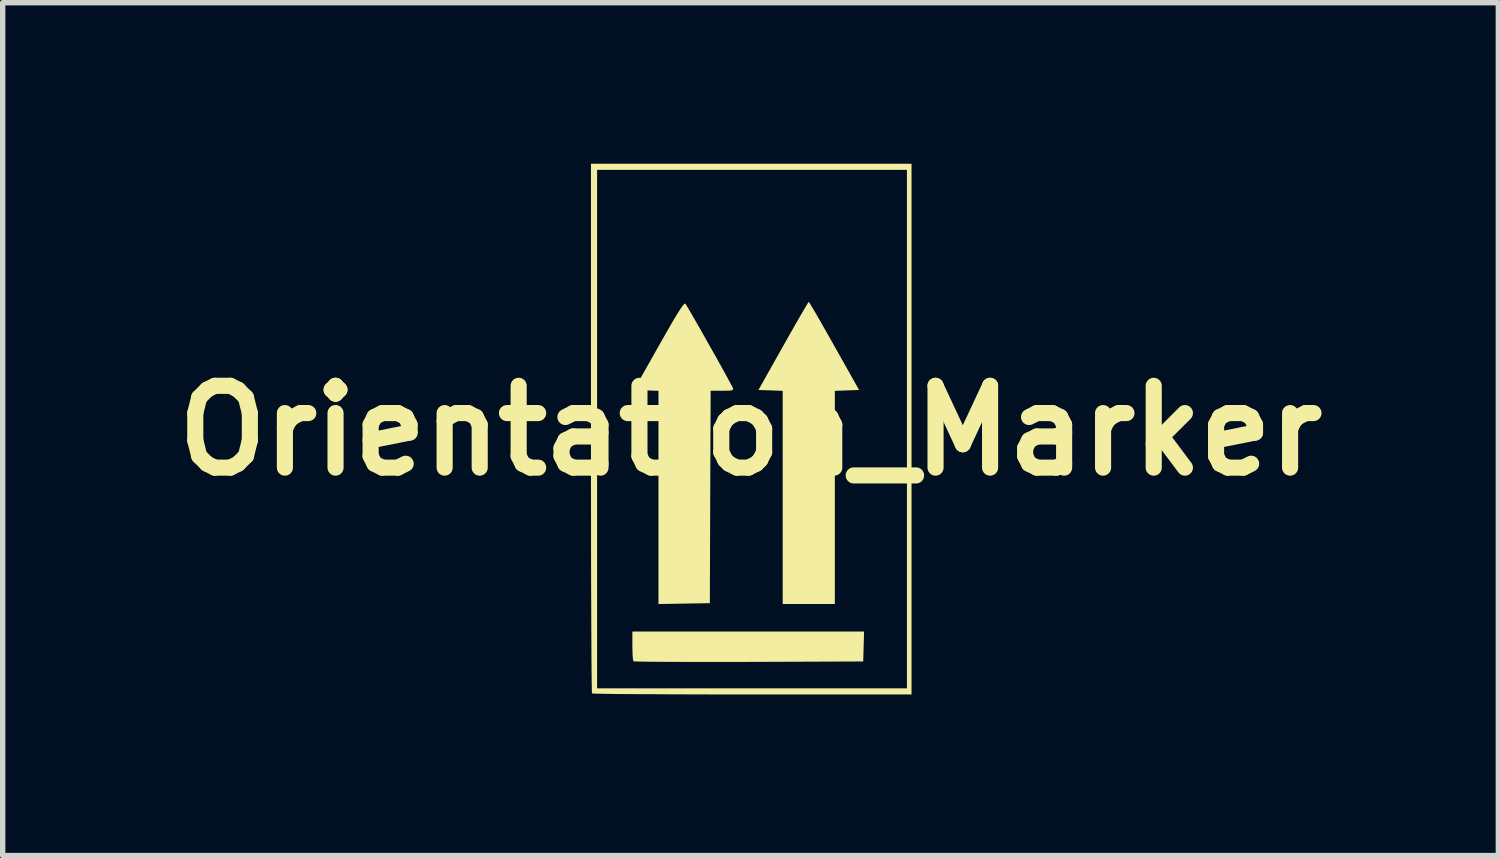
<source format=kicad_pcb>
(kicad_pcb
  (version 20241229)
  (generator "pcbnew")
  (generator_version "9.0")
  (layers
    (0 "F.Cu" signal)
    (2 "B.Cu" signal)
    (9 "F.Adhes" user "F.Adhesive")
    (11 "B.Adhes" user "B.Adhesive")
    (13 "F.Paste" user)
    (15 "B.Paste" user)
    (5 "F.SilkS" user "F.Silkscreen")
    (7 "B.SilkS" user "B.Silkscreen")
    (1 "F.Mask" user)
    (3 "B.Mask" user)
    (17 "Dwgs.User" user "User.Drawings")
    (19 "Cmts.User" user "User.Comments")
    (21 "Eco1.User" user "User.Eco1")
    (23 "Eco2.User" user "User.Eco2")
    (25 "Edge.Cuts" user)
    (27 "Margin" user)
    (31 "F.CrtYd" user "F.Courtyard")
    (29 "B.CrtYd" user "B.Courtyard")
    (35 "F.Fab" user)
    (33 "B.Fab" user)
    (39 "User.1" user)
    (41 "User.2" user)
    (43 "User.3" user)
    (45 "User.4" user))
  (footprint "Orientation_Marker"
    (layer "F.Cu")
    (at 10.929 4.971)
    (property "Reference" "Orientation_Marker" (at 0 0 0) (layer "F.SilkS") (effects (font (size 1.524 1.524) (thickness 0.3))))
    (attr board_only exclude_from_pos_files exclude_from_bom)
    (fp_poly (pts (xy 2.108 4.021) (xy 2.1 4.3) (xy -0.03 4.308) (xy -0.374 4.309) (xy -0.702 4.309) (xy -1.008 4.309) (xy -1.288 4.308) (xy -1.538 4.307) (xy -1.754 4.306) (xy -1.93 4.304) (xy -2.063 4.302) (xy -2.148 4.299) (xy -2.18 4.296) (xy -2.18 4.296) (xy -2.189 4.26) (xy -2.196 4.182) (xy -2.199 4.073) (xy -2.2 4.01) (xy -2.2 3.743) (xy 2.116 3.743)) (stroke (width 0) (type solid)) (fill yes) (layer "F.SilkS"))
    (fp_poly (pts (xy 1.103 -2.374) (xy 1.144 -2.306) (xy 1.207 -2.2) (xy 1.287 -2.061) (xy 1.381 -1.896) (xy 1.487 -1.71) (xy 1.561 -1.578) (xy 2.023 -0.757) (xy 1.797 -0.749) (xy 1.571 -0.741) (xy 1.571 3.229) (xy 0.6 3.229) (xy 0.6 -0.741) (xy 0.374 -0.749) (xy 0.148 -0.757) (xy 0.61 -1.578) (xy 0.721 -1.775) (xy 0.823 -1.954) (xy 0.913 -2.111) (xy 0.988 -2.24) (xy 1.044 -2.334) (xy 1.077 -2.388) (xy 1.086 -2.398)) (stroke (width 0) (type solid)) (fill yes) (layer "F.SilkS"))
    (fp_poly (pts (xy -1.213 -2.364) (xy -1.191 -2.331) (xy -1.146 -2.255) (xy -1.082 -2.145) (xy -1.003 -2.007) (xy -0.913 -1.85) (xy -0.817 -1.68) (xy -0.719 -1.506) (xy -0.623 -1.336) (xy -0.534 -1.175) (xy -0.455 -1.033) (xy -0.392 -0.917) (xy -0.348 -0.835) (xy -0.327 -0.793) (xy -0.327 -0.793) (xy -0.323 -0.767) (xy -0.342 -0.752) (xy -0.393 -0.745) (xy -0.489 -0.743) (xy -0.525 -0.743) (xy -0.742 -0.743) (xy -0.75 1.236) (xy -0.757 3.214) (xy -1.236 3.222) (xy -1.714 3.23) (xy -1.714 -0.741) (xy -1.943 -0.749) (xy -2.172 -0.757) (xy -1.708 -1.579) (xy -1.575 -1.813) (xy -1.467 -2.001) (xy -1.381 -2.146) (xy -1.315 -2.251) (xy -1.267 -2.321) (xy -1.235 -2.358) (xy -1.216 -2.366)) (stroke (width 0) (type solid)) (fill yes) (layer "F.SilkS"))
    (fp_poly (pts (xy 3 4.914) (xy 0.033 4.914) (xy -0.374 4.914) (xy -0.764 4.914) (xy -1.135 4.913) (xy -1.482 4.912) (xy -1.802 4.91) (xy -2.091 4.909) (xy -2.344 4.907) (xy -2.558 4.905) (xy -2.73 4.902) (xy -2.856 4.9) (xy -2.931 4.897) (xy -2.952 4.895) (xy -2.954 4.865) (xy -2.956 4.8) (xy -2.857 4.8) (xy 2.914 4.8) (xy 2.914 -4.857) (xy -2.857 -4.857) (xy -2.857 4.8) (xy -2.956 4.8) (xy -2.956 4.781) (xy -2.958 4.645) (xy -2.96 4.461) (xy -2.962 4.232) (xy -2.963 3.96) (xy -2.965 3.648) (xy -2.966 3.3) (xy -2.968 2.918) (xy -2.969 2.506) (xy -2.97 2.065) (xy -2.97 1.6) (xy -2.971 1.112) (xy -2.971 0.606) (xy -2.971 0.083) (xy -2.971 -0.048) (xy -2.971 -4.971) (xy 3 -4.971)) (stroke (width 0) (type solid)) (fill yes) (layer "F.SilkS")))
  (gr_rect
    (start -3 -3)
    (end 24.859 12.886)
    (stroke (width 0.1) (type default))
    (fill no)
    (layer "Edge.Cuts")))
</source>
